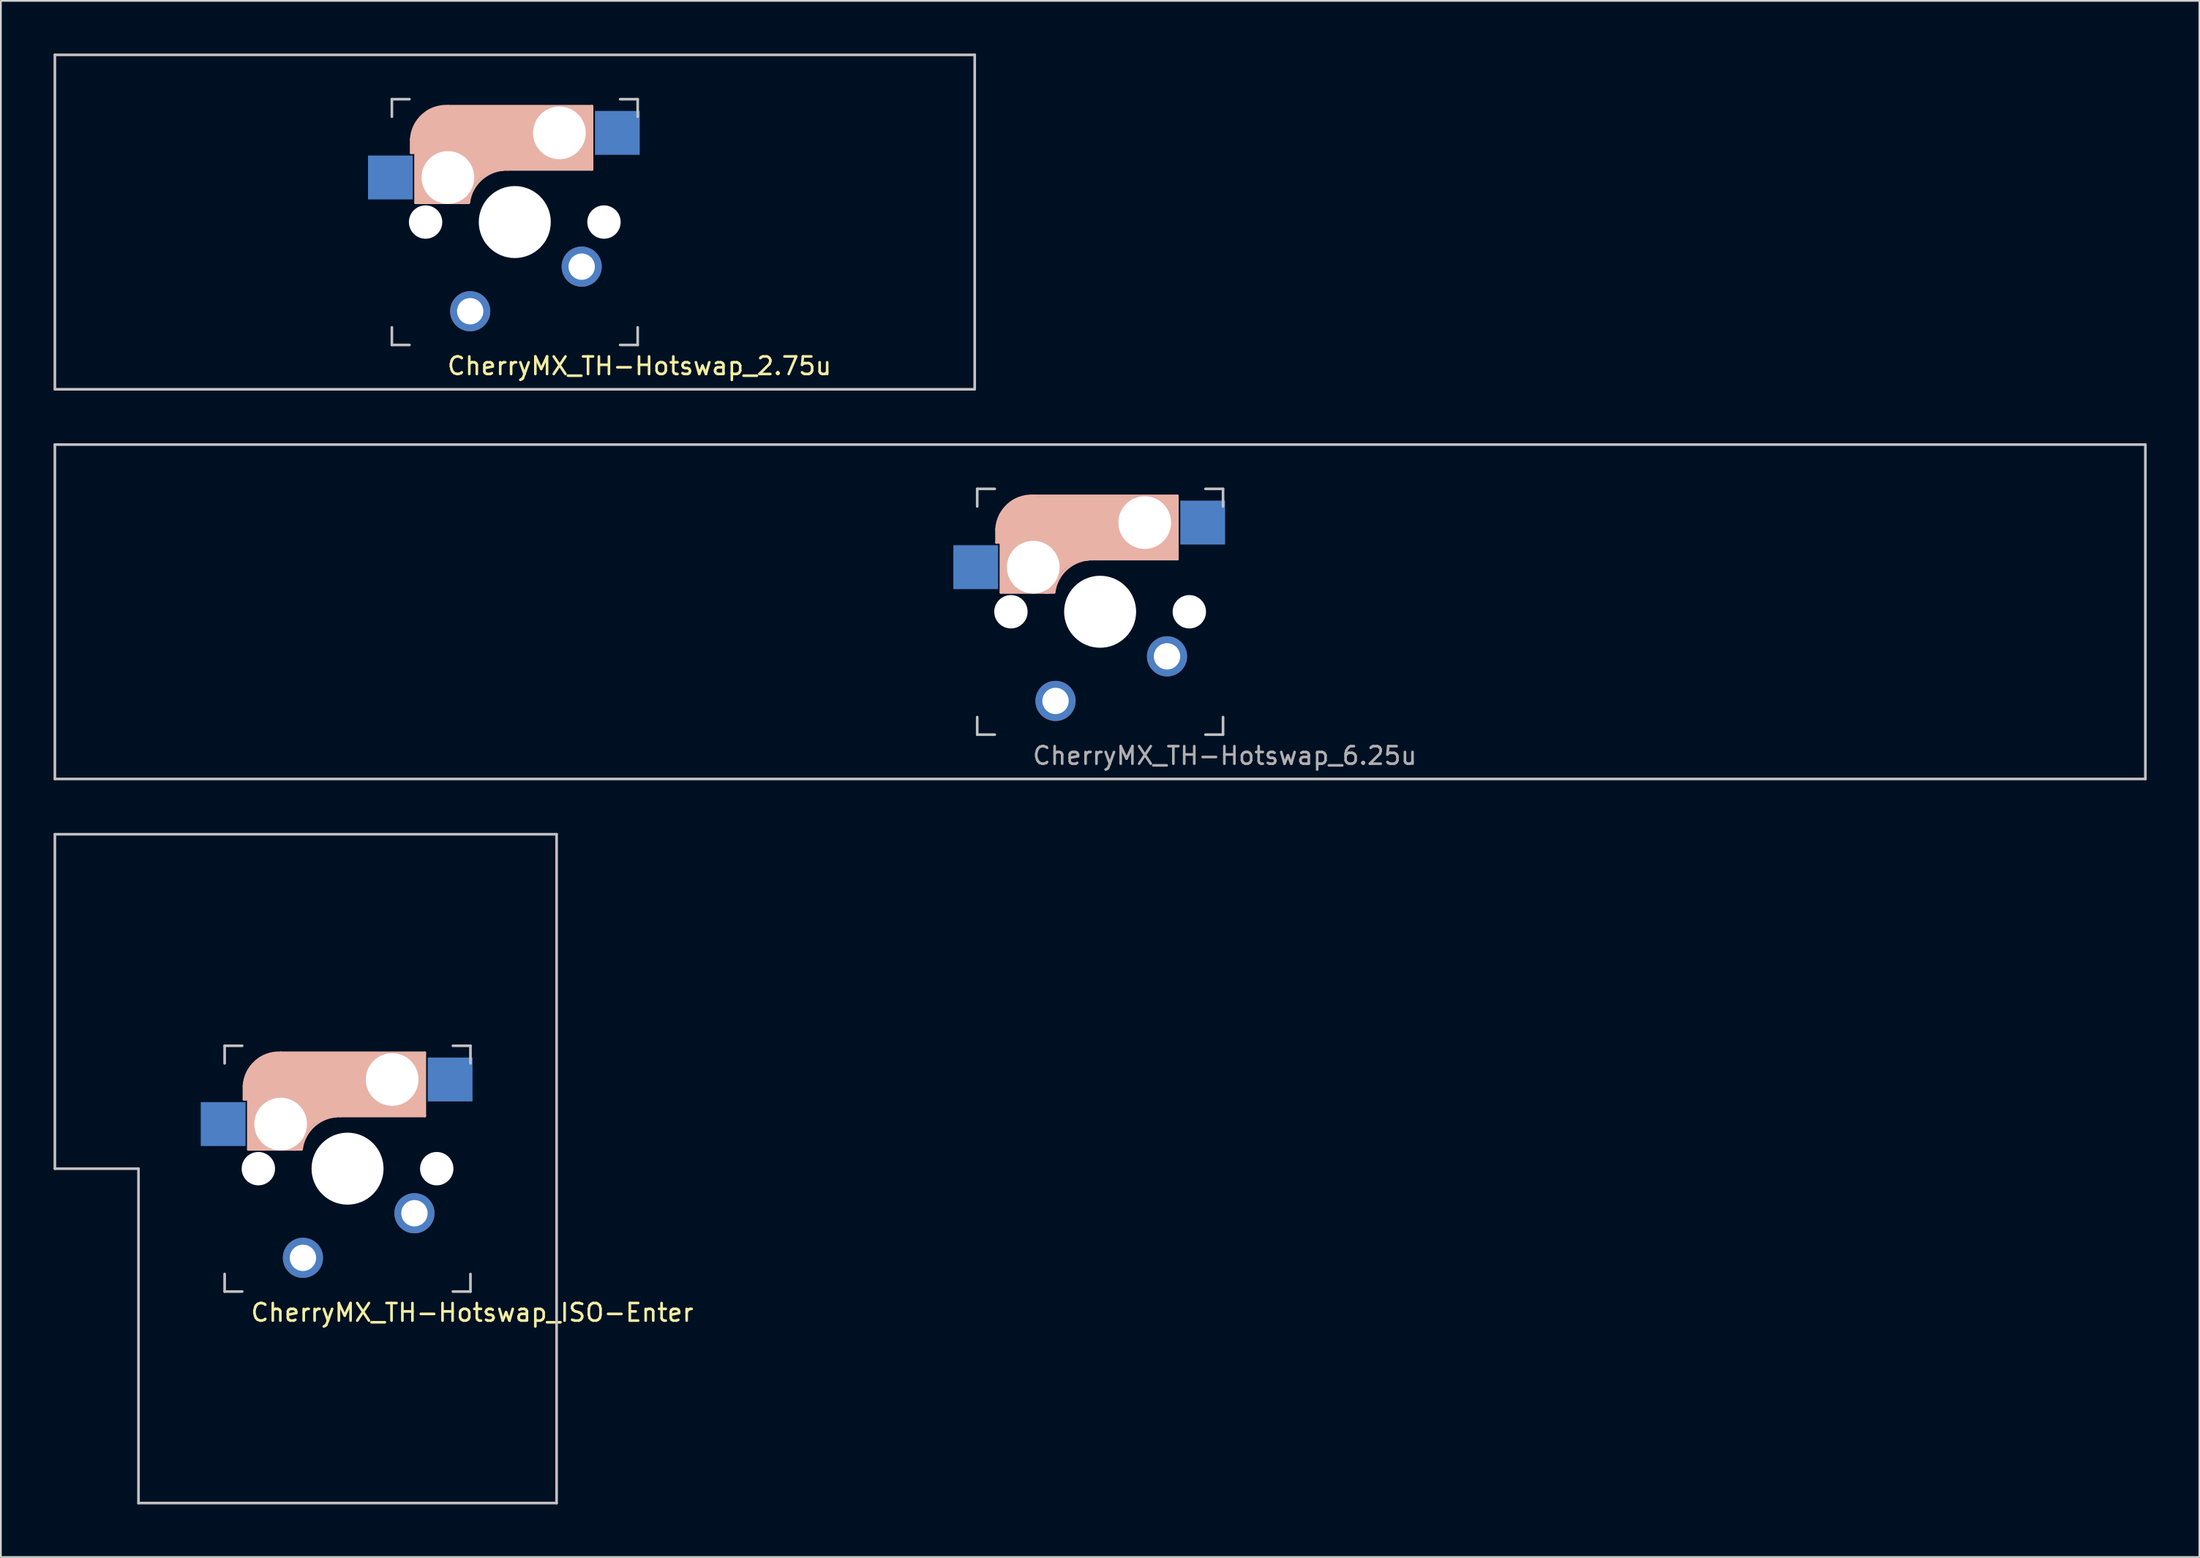
<source format=kicad_pcb>
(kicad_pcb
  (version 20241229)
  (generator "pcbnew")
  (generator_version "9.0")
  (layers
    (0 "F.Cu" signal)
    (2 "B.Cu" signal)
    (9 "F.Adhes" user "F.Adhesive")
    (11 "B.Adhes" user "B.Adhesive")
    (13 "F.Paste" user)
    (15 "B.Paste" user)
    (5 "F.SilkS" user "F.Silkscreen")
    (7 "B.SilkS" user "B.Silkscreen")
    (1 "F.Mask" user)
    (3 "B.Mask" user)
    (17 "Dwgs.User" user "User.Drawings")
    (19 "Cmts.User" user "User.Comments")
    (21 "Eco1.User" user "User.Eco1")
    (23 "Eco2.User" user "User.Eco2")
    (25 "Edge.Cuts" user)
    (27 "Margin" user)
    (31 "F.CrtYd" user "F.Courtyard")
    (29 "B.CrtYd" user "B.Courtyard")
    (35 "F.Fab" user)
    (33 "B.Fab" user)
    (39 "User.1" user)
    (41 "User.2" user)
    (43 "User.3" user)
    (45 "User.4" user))
  (footprint "CherryMX_TH-Hotswap_2.75u"
    (layer "F.Cu")
    (at 26.269 9.6)
    (property "Reference" "CherryMX_TH-Hotswap_2.75u" (at 7.1 8.2 0) (layer "F.SilkS") (effects (font (size 1 1) (thickness 0.15))))
    (attr through_hole)
    (fp_line (start -5.9 -4.7) (end -5.9 -3.95) (stroke (width 0.15) (type solid)) (layer "B.SilkS"))
    (fp_line (start -5.9 -3.95) (end -5.7 -3.95) (stroke (width 0.15) (type solid)) (layer "B.SilkS"))
    (fp_line (start -5.8 -4.05) (end -5.8 -4.7) (stroke (width 0.3) (type solid)) (layer "B.SilkS"))
    (fp_line (start -5.65 -5.55) (end -5.65 -1.1) (stroke (width 0.15) (type solid)) (layer "B.SilkS"))
    (fp_line (start -5.65 -1.1) (end -2.62 -1.1) (stroke (width 0.15) (type solid)) (layer "B.SilkS"))
    (fp_line (start -5.45 -1.3) (end -3 -1.3) (stroke (width 0.5) (type solid)) (layer "B.SilkS"))
    (fp_line (start -5.3 -1.6) (end -5.3 -3.4) (stroke (width 0.8) (type solid)) (layer "B.SilkS"))
    (fp_line (start -4.17 -5.1) (end -4.17 -2.86) (stroke (width 3) (type solid)) (layer "B.SilkS"))
    (fp_line (start -0.4 -3) (end 4.4 -3) (stroke (width 0.15) (type solid)) (layer "B.SilkS"))
    (fp_line (start 2.6 -4.8) (end -4.1 -4.8) (stroke (width 3.5) (type solid)) (layer "B.SilkS"))
    (fp_line (start 3.9 -6) (end 3.9 -3.5) (stroke (width 1) (type solid)) (layer "B.SilkS"))
    (fp_line (start 4.2 -3.25) (end 2.9 -3.3) (stroke (width 0.5) (type solid)) (layer "B.SilkS"))
    (fp_line (start 4.25 -6.4) (end 3 -6.4) (stroke (width 0.4) (type solid)) (layer "B.SilkS"))
    (fp_line (start 4.38 -4) (end 4.38 -6.25) (stroke (width 0.15) (type solid)) (layer "B.SilkS"))
    (fp_line (start 4.4 -6.6) (end -3.8 -6.6) (stroke (width 0.15) (type solid)) (layer "B.SilkS"))
    (fp_line (start 4.4 -3) (end 4.4 -6.6) (stroke (width 0.15) (type solid)) (layer "B.SilkS"))
    (fp_arc (start -5.9 -4.699999) (mid -5.243504 -6.084924) (end -3.800001 -6.6) (stroke (width 0.15) (type solid)) (layer "B.SilkS"))
    (fp_arc (start -3.016318 -1.521471) (mid -2.268709 -2.886118) (end -0.8 -3.4) (stroke (width 1) (type solid)) (layer "B.SilkS"))
    (fp_arc (start -2.616318 -1.121471) (mid -1.868709 -2.486118) (end -0.4 -3) (stroke (width 0.15) (type solid)) (layer "B.SilkS"))
    (fp_line (start -26.194 -9.525) (end 26.194 -9.525) (stroke (width 0.15) (type solid)) (layer "Dwgs.User"))
    (fp_line (start -26.194 9.525) (end -26.194 -9.525) (stroke (width 0.15) (type solid)) (layer "Dwgs.User"))
    (fp_line (start -7 -7) (end -6 -7) (stroke (width 0.15) (type solid)) (layer "Dwgs.User"))
    (fp_line (start -7 -6) (end -7 -7) (stroke (width 0.15) (type solid)) (layer "Dwgs.User"))
    (fp_line (start -7 6) (end -7 7) (stroke (width 0.15) (type solid)) (layer "Dwgs.User"))
    (fp_line (start -7 7) (end -6 7) (stroke (width 0.15) (type solid)) (layer "Dwgs.User"))
    (fp_line (start 6 7) (end 7 7) (stroke (width 0.15) (type solid)) (layer "Dwgs.User"))
    (fp_line (start 7 -7) (end 6 -7) (stroke (width 0.15) (type solid)) (layer "Dwgs.User"))
    (fp_line (start 7 -7) (end 7 -6) (stroke (width 0.15) (type solid)) (layer "Dwgs.User"))
    (fp_line (start 7 7) (end 7 6) (stroke (width 0.15) (type solid)) (layer "Dwgs.User"))
    (fp_line (start 26.194 -9.525) (end 26.194 9.525) (stroke (width 0.15) (type solid)) (layer "Dwgs.User"))
    (fp_line (start 26.194 9.525) (end -26.194 9.525) (stroke (width 0.15) (type solid)) (layer "Dwgs.User"))
    (pad "" np_thru_hole circle (at -5.08 0) (size 1.9 1.9) (drill 1.9) (layers "*.Cu" "*.Mask"))
    (pad "" np_thru_hole circle (at -3.81 -2.54) (size 3 3) (drill 3) (layers "*.Cu" "*.Mask"))
    (pad "" np_thru_hole circle (at 0 0 90) (size 4.1 4.1) (drill 4.1) (layers "*.Cu" "*.Mask"))
    (pad "" np_thru_hole circle (at 2.54 -5.08) (size 3 3) (drill 3) (layers "*.Cu" "*.Mask"))
    (pad "" np_thru_hole circle (at 5.08 0) (size 1.9 1.9) (drill 1.9) (layers "*.Cu" "*.Mask"))
    (pad "1" smd rect (at -7.085 -2.54 180) (size 2.55 2.5) (layers "B.Cu" "B.Mask" "B.Paste"))
    (pad "1" thru_hole circle (at -2.54 5.08 180) (size 2.286 2.286) (drill 1.499) (layers "*.Cu" "*.Mask"))
    (pad "2" thru_hole circle (at 3.81 2.54 180) (size 2.286 2.286) (drill 1.499) (layers "*.Cu" "*.Mask"))
    (pad "2" smd rect (at 5.842 -5.08 180) (size 2.55 2.5) (layers "B.Cu" "B.Mask" "B.Paste")))
  (footprint "CherryMX_TH-Hotswap_6.25u"
    (layer "F.Cu")
    (at 59.606 31.8)
    (property "Reference" "CherryMX_TH-Hotswap_6.25u" (at 7.1 8.2 0) (layer "F.Fab") (effects (font (size 1 1) (thickness 0.15))))
    (attr through_hole)
    (fp_line (start -5.9 -4.7) (end -5.9 -3.95) (stroke (width 0.15) (type solid)) (layer "B.SilkS"))
    (fp_line (start -5.9 -3.95) (end -5.7 -3.95) (stroke (width 0.15) (type solid)) (layer "B.SilkS"))
    (fp_line (start -5.8 -4.05) (end -5.8 -4.7) (stroke (width 0.3) (type solid)) (layer "B.SilkS"))
    (fp_line (start -5.65 -5.55) (end -5.65 -1.1) (stroke (width 0.15) (type solid)) (layer "B.SilkS"))
    (fp_line (start -5.65 -1.1) (end -2.62 -1.1) (stroke (width 0.15) (type solid)) (layer "B.SilkS"))
    (fp_line (start -5.45 -1.3) (end -3 -1.3) (stroke (width 0.5) (type solid)) (layer "B.SilkS"))
    (fp_line (start -5.3 -1.6) (end -5.3 -3.4) (stroke (width 0.8) (type solid)) (layer "B.SilkS"))
    (fp_line (start -4.17 -5.1) (end -4.17 -2.86) (stroke (width 3) (type solid)) (layer "B.SilkS"))
    (fp_line (start -0.4 -3) (end 4.4 -3) (stroke (width 0.15) (type solid)) (layer "B.SilkS"))
    (fp_line (start 2.6 -4.8) (end -4.1 -4.8) (stroke (width 3.5) (type solid)) (layer "B.SilkS"))
    (fp_line (start 3.9 -6) (end 3.9 -3.5) (stroke (width 1) (type solid)) (layer "B.SilkS"))
    (fp_line (start 4.2 -3.25) (end 2.9 -3.3) (stroke (width 0.5) (type solid)) (layer "B.SilkS"))
    (fp_line (start 4.25 -6.4) (end 3 -6.4) (stroke (width 0.4) (type solid)) (layer "B.SilkS"))
    (fp_line (start 4.38 -4) (end 4.38 -6.25) (stroke (width 0.15) (type solid)) (layer "B.SilkS"))
    (fp_line (start 4.4 -6.6) (end -3.8 -6.6) (stroke (width 0.15) (type solid)) (layer "B.SilkS"))
    (fp_line (start 4.4 -3) (end 4.4 -6.6) (stroke (width 0.15) (type solid)) (layer "B.SilkS"))
    (fp_arc (start -5.9 -4.699999) (mid -5.243504 -6.084924) (end -3.800001 -6.6) (stroke (width 0.15) (type solid)) (layer "B.SilkS"))
    (fp_arc (start -3.016318 -1.521471) (mid -2.268709 -2.886118) (end -0.8 -3.4) (stroke (width 1) (type solid)) (layer "B.SilkS"))
    (fp_arc (start -2.616318 -1.121471) (mid -1.868709 -2.486118) (end -0.4 -3) (stroke (width 0.15) (type solid)) (layer "B.SilkS"))
    (fp_line (start -59.531 -9.525) (end 59.531 -9.525) (stroke (width 0.15) (type solid)) (layer "Dwgs.User"))
    (fp_line (start -59.531 9.525) (end -59.531 -9.525) (stroke (width 0.15) (type solid)) (layer "Dwgs.User"))
    (fp_line (start -7 -7) (end -6 -7) (stroke (width 0.15) (type solid)) (layer "Dwgs.User"))
    (fp_line (start -7 -6) (end -7 -7) (stroke (width 0.15) (type solid)) (layer "Dwgs.User"))
    (fp_line (start -7 6) (end -7 7) (stroke (width 0.15) (type solid)) (layer "Dwgs.User"))
    (fp_line (start -7 7) (end -6 7) (stroke (width 0.15) (type solid)) (layer "Dwgs.User"))
    (fp_line (start 6 7) (end 7 7) (stroke (width 0.15) (type solid)) (layer "Dwgs.User"))
    (fp_line (start 7 -7) (end 6 -7) (stroke (width 0.15) (type solid)) (layer "Dwgs.User"))
    (fp_line (start 7 -7) (end 7 -6) (stroke (width 0.15) (type solid)) (layer "Dwgs.User"))
    (fp_line (start 7 7) (end 7 6) (stroke (width 0.15) (type solid)) (layer "Dwgs.User"))
    (fp_line (start 59.531 -9.525) (end 59.531 9.525) (stroke (width 0.15) (type solid)) (layer "Dwgs.User"))
    (fp_line (start 59.531 9.525) (end -59.531 9.525) (stroke (width 0.15) (type solid)) (layer "Dwgs.User"))
    (pad "" np_thru_hole circle (at -5.08 0) (size 1.9 1.9) (drill 1.9) (layers "*.Cu" "*.Mask"))
    (pad "" np_thru_hole circle (at -3.81 -2.54) (size 3 3) (drill 3) (layers "*.Cu" "*.Mask"))
    (pad "" np_thru_hole circle (at 0 0 90) (size 4.1 4.1) (drill 4.1) (layers "*.Cu" "*.Mask"))
    (pad "" np_thru_hole circle (at 2.54 -5.08) (size 3 3) (drill 3) (layers "*.Cu" "*.Mask"))
    (pad "" np_thru_hole circle (at 5.08 0) (size 1.9 1.9) (drill 1.9) (layers "*.Cu" "*.Mask"))
    (pad "1" smd rect (at -7.085 -2.54 180) (size 2.55 2.5) (layers "B.Cu" "B.Mask" "B.Paste"))
    (pad "1" thru_hole circle (at -2.54 5.08 180) (size 2.286 2.286) (drill 1.499) (layers "*.Cu" "*.Mask"))
    (pad "2" thru_hole circle (at 3.81 2.54 180) (size 2.286 2.286) (drill 1.499) (layers "*.Cu" "*.Mask"))
    (pad "2" smd rect (at 5.842 -5.08 180) (size 2.55 2.5) (layers "B.Cu" "B.Mask" "B.Paste")))
  (footprint "CherryMX_TH-Hotswap_ISO-Enter"
    (layer "F.Cu")
    (at 16.744 63.525)
    (property "Reference" "CherryMX_TH-Hotswap_ISO-Enter" (at 7.1 8.2 0) (layer "F.SilkS") (effects (font (size 1 1) (thickness 0.15))))
    (attr through_hole)
    (fp_line (start -5.9 -4.7) (end -5.9 -3.95) (stroke (width 0.15) (type solid)) (layer "B.SilkS"))
    (fp_line (start -5.9 -3.95) (end -5.7 -3.95) (stroke (width 0.15) (type solid)) (layer "B.SilkS"))
    (fp_line (start -5.8 -4.05) (end -5.8 -4.7) (stroke (width 0.3) (type solid)) (layer "B.SilkS"))
    (fp_line (start -5.65 -5.55) (end -5.65 -1.1) (stroke (width 0.15) (type solid)) (layer "B.SilkS"))
    (fp_line (start -5.65 -1.1) (end -2.62 -1.1) (stroke (width 0.15) (type solid)) (layer "B.SilkS"))
    (fp_line (start -5.45 -1.3) (end -3 -1.3) (stroke (width 0.5) (type solid)) (layer "B.SilkS"))
    (fp_line (start -5.3 -1.6) (end -5.3 -3.4) (stroke (width 0.8) (type solid)) (layer "B.SilkS"))
    (fp_line (start -4.17 -5.1) (end -4.17 -2.86) (stroke (width 3) (type solid)) (layer "B.SilkS"))
    (fp_line (start -0.4 -3) (end 4.4 -3) (stroke (width 0.15) (type solid)) (layer "B.SilkS"))
    (fp_line (start 2.6 -4.8) (end -4.1 -4.8) (stroke (width 3.5) (type solid)) (layer "B.SilkS"))
    (fp_line (start 3.9 -6) (end 3.9 -3.5) (stroke (width 1) (type solid)) (layer "B.SilkS"))
    (fp_line (start 4.2 -3.25) (end 2.9 -3.3) (stroke (width 0.5) (type solid)) (layer "B.SilkS"))
    (fp_line (start 4.25 -6.4) (end 3 -6.4) (stroke (width 0.4) (type solid)) (layer "B.SilkS"))
    (fp_line (start 4.38 -4) (end 4.38 -6.25) (stroke (width 0.15) (type solid)) (layer "B.SilkS"))
    (fp_line (start 4.4 -6.6) (end -3.8 -6.6) (stroke (width 0.15) (type solid)) (layer "B.SilkS"))
    (fp_line (start 4.4 -3) (end 4.4 -6.6) (stroke (width 0.15) (type solid)) (layer "B.SilkS"))
    (fp_arc (start -5.9 -4.699999) (mid -5.243504 -6.084924) (end -3.800001 -6.6) (stroke (width 0.15) (type solid)) (layer "B.SilkS"))
    (fp_arc (start -3.016318 -1.521471) (mid -2.268709 -2.886118) (end -0.8 -3.4) (stroke (width 1) (type solid)) (layer "B.SilkS"))
    (fp_arc (start -2.616318 -1.121471) (mid -1.868709 -2.486118) (end -0.4 -3) (stroke (width 0.15) (type solid)) (layer "B.SilkS"))
    (fp_line (start -16.669 -19.05) (end 11.906 -19.05) (stroke (width 0.15) (type solid)) (layer "Dwgs.User"))
    (fp_line (start -16.669 0) (end -16.669 -19.05) (stroke (width 0.15) (type solid)) (layer "Dwgs.User"))
    (fp_line (start -11.906 0) (end -16.669 0) (stroke (width 0.15) (type solid)) (layer "Dwgs.User"))
    (fp_line (start -11.906 19.05) (end -11.906 0) (stroke (width 0.15) (type solid)) (layer "Dwgs.User"))
    (fp_line (start -7 -7) (end -6 -7) (stroke (width 0.15) (type solid)) (layer "Dwgs.User"))
    (fp_line (start -7 -6) (end -7 -7) (stroke (width 0.15) (type solid)) (layer "Dwgs.User"))
    (fp_line (start -7 6) (end -7 7) (stroke (width 0.15) (type solid)) (layer "Dwgs.User"))
    (fp_line (start -7 7) (end -6 7) (stroke (width 0.15) (type solid)) (layer "Dwgs.User"))
    (fp_line (start 6 7) (end 7 7) (stroke (width 0.15) (type solid)) (layer "Dwgs.User"))
    (fp_line (start 7 -7) (end 6 -7) (stroke (width 0.15) (type solid)) (layer "Dwgs.User"))
    (fp_line (start 7 -7) (end 7 -6) (stroke (width 0.15) (type solid)) (layer "Dwgs.User"))
    (fp_line (start 7 7) (end 7 6) (stroke (width 0.15) (type solid)) (layer "Dwgs.User"))
    (fp_line (start 11.906 -19.05) (end 11.906 19.05) (stroke (width 0.15) (type solid)) (layer "Dwgs.User"))
    (fp_line (start 11.906 19.05) (end -11.906 19.05) (stroke (width 0.15) (type solid)) (layer "Dwgs.User"))
    (pad "" np_thru_hole circle (at -5.08 0) (size 1.9 1.9) (drill 1.9) (layers "*.Cu" "*.Mask"))
    (pad "" np_thru_hole circle (at -3.81 -2.54) (size 3 3) (drill 3) (layers "*.Cu" "*.Mask"))
    (pad "" np_thru_hole circle (at 0 0 90) (size 4.1 4.1) (drill 4.1) (layers "*.Cu" "*.Mask"))
    (pad "" np_thru_hole circle (at 2.54 -5.08) (size 3 3) (drill 3) (layers "*.Cu" "*.Mask"))
    (pad "" np_thru_hole circle (at 5.08 0) (size 1.9 1.9) (drill 1.9) (layers "*.Cu" "*.Mask"))
    (pad "1" smd rect (at -7.085 -2.54 180) (size 2.55 2.5) (layers "B.Cu" "B.Mask" "B.Paste"))
    (pad "1" thru_hole circle (at -2.54 5.08 180) (size 2.286 2.286) (drill 1.499) (layers "*.Cu" "*.Mask"))
    (pad "2" thru_hole circle (at 3.81 2.54 180) (size 2.286 2.286) (drill 1.499) (layers "*.Cu" "*.Mask"))
    (pad "2" smd rect (at 5.842 -5.08 180) (size 2.55 2.5) (layers "B.Cu" "B.Mask" "B.Paste")))
  (gr_rect
    (start -3 -3)
    (end 122.213 85.65)
    (stroke (width 0.1) (type default))
    (fill no)
    (layer "Edge.Cuts")))
</source>
